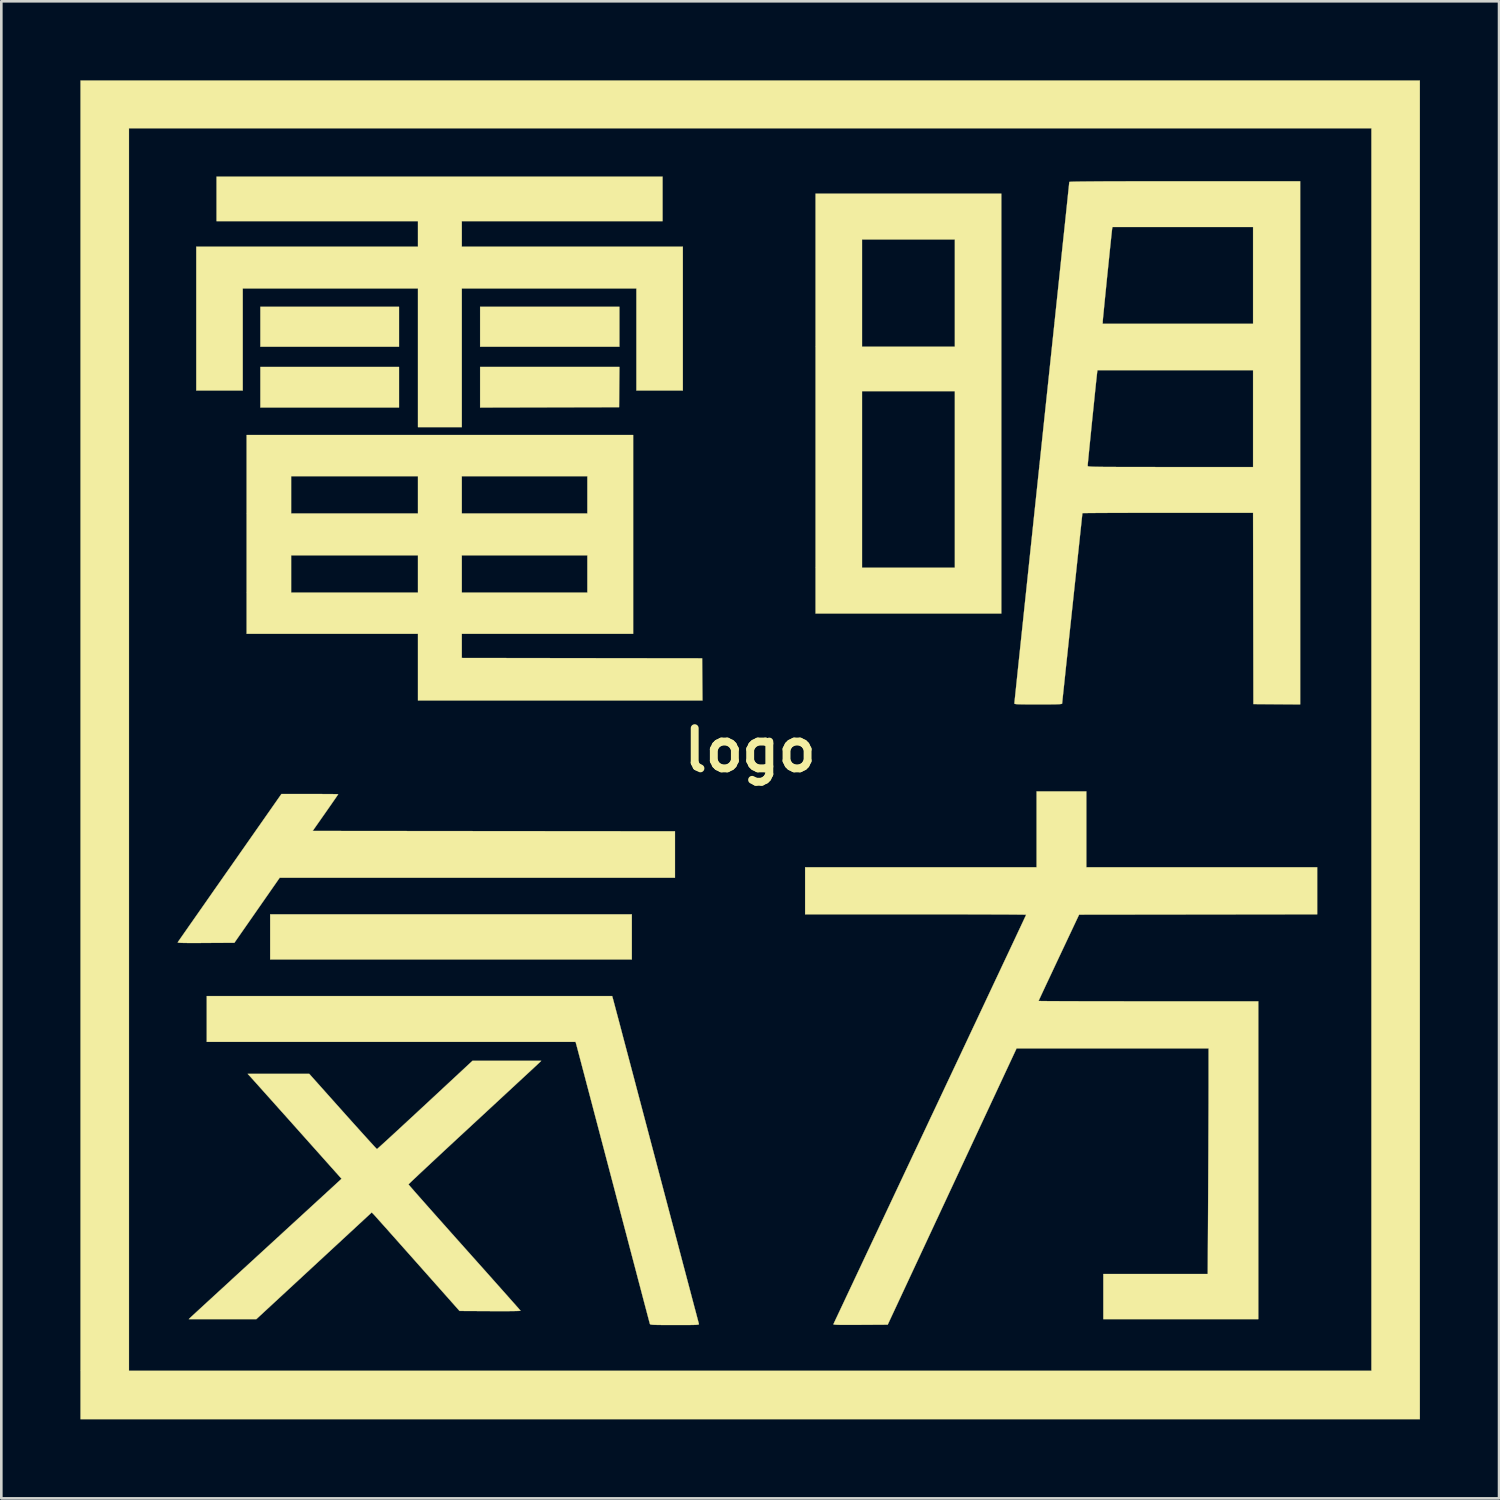
<source format=kicad_pcb>
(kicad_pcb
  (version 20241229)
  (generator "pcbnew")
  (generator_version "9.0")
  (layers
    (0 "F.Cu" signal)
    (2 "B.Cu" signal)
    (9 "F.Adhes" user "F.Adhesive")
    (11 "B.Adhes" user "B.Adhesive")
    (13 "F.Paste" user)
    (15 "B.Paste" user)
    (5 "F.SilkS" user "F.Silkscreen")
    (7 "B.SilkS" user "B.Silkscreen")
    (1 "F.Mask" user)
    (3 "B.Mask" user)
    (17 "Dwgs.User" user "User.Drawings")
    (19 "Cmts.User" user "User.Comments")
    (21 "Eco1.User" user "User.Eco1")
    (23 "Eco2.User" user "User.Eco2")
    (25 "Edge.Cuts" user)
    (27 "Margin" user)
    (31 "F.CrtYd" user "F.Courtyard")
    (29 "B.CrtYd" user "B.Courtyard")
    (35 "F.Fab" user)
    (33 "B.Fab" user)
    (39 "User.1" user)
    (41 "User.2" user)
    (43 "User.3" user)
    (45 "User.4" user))
  (footprint "logo"
    (layer "F.Cu")
    (at 25.405 25.405)
    (property "Reference" "logo" (at 0 0 0) (layer "F.SilkS") (effects (font (size 1.524 1.524) (thickness 0.3))))
    (attr through_hole)
    (fp_poly (pts (xy -13.32 -15.304) (xy -18.579 -15.304) (xy -18.579 -16.818) (xy -13.32 -16.818) (xy -13.32 -15.304)) (stroke (width 0.01) (type solid)) (fill yes) (layer "F.SilkS"))
    (fp_poly (pts (xy -13.32 -12.998) (xy -18.579 -12.998) (xy -18.579 -14.536) (xy -13.32 -14.536) (xy -13.32 -12.998)) (stroke (width 0.01) (type solid)) (fill yes) (layer "F.SilkS"))
    (fp_poly (pts (xy -4.961 -15.304) (xy -10.244 -15.304) (xy -10.244 -16.818) (xy -4.961 -16.818) (xy -4.961 -15.304)) (stroke (width 0.01) (type solid)) (fill yes) (layer "F.SilkS"))
    (fp_poly (pts (xy -4.49 7.938) (xy -18.207 7.938) (xy -18.207 6.226) (xy -4.49 6.226) (xy -4.49 7.938)) (stroke (width 0.01) (type solid)) (fill yes) (layer "F.SilkS"))
    (fp_poly (pts (xy -4.967 -13.773) (xy -4.973 -13.01) (xy -10.244 -12.997) (xy -10.244 -14.536) (xy -4.96 -14.536) (xy -4.967 -13.773)) (stroke (width 0.01) (type solid)) (fill yes) (layer "F.SilkS"))
    (fp_poly (pts (xy 25.4 25.375) (xy -25.4 25.375) (xy -25.4 -23.589) (xy -23.564 -23.589) (xy -23.564 23.54) (xy 23.564 23.54) (xy 23.564 -23.589) (xy -23.564 -23.589) (xy -25.4 -23.589) (xy -25.4 -25.4) (xy 25.4 -25.4) (xy 25.4 25.375)) (stroke (width 0.01) (type solid)) (fill yes) (layer "F.SilkS"))
    (fp_poly (pts (xy 9.525 -5.184) (xy 2.48 -5.184) (xy 2.48 -13.618) (xy 4.242 -13.618) (xy 4.242 -6.921) (xy 7.764 -6.921) (xy 7.764 -13.618) (xy 4.242 -13.618) (xy 2.48 -13.618) (xy 2.48 -19.372) (xy 4.242 -19.372) (xy 4.242 -15.304) (xy 7.764 -15.304) (xy 7.764 -19.372) (xy 4.242 -19.372) (xy 2.48 -19.372) (xy 2.48 -21.109) (xy 9.525 -21.109) (xy 9.525 -5.184)) (stroke (width 0.01) (type solid)) (fill yes) (layer "F.SilkS"))
    (fp_poly (pts (xy -3.324 -20.067) (xy -10.939 -20.067) (xy -10.939 -19.1) (xy -2.555 -19.1) (xy -2.555 -13.643) (xy -4.316 -13.643) (xy -4.316 -17.512) (xy -10.939 -17.512) (xy -10.939 -12.254) (xy -12.601 -12.254) (xy -12.601 -17.512) (xy -19.248 -17.512) (xy -19.248 -13.643) (xy -21.01 -13.643) (xy -21.01 -19.1) (xy -12.601 -19.1) (xy -12.601 -20.067) (xy -20.241 -20.067) (xy -20.241 -21.754) (xy -3.324 -21.754) (xy -3.324 -20.067)) (stroke (width 0.01) (type solid)) (fill yes) (layer "F.SilkS"))
    (fp_poly (pts (xy -4.44 -4.415) (xy -10.939 -4.415) (xy -10.939 -3.498) (xy -6.381 -3.491) (xy -1.823 -3.485) (xy -1.81 -1.885) (xy -12.601 -1.885) (xy -12.601 -4.415) (xy -19.1 -4.415) (xy -19.1 -7.392) (xy -17.413 -7.392) (xy -17.413 -5.978) (xy -12.601 -5.978) (xy -12.601 -7.392) (xy -10.939 -7.392) (xy -10.939 -5.978) (xy -6.176 -5.978) (xy -6.176 -7.392) (xy -10.939 -7.392) (xy -12.601 -7.392) (xy -17.413 -7.392) (xy -19.1 -7.392) (xy -19.1 -10.393) (xy -17.413 -10.393) (xy -17.413 -8.979) (xy -12.601 -8.979) (xy -12.601 -10.393) (xy -10.939 -10.393) (xy -10.939 -8.979) (xy -6.176 -8.979) (xy -6.176 -10.393) (xy -10.939 -10.393) (xy -12.601 -10.393) (xy -17.413 -10.393) (xy -19.1 -10.393) (xy -19.1 -11.956) (xy -4.44 -11.956) (xy -4.44 -4.415)) (stroke (width 0.01) (type solid)) (fill yes) (layer "F.SilkS"))
    (fp_poly (pts (xy -16.478 1.662) (xy -16.268 1.663) (xy -16.08 1.664) (xy -15.917 1.665) (xy -15.786 1.666) (xy -15.691 1.668) (xy -15.637 1.669) (xy -15.627 1.671) (xy -15.641 1.692) (xy -15.68 1.75) (xy -15.74 1.838) (xy -15.82 1.953) (xy -15.915 2.09) (xy -16.022 2.244) (xy -16.111 2.371) (xy -16.596 3.063) (xy -9.724 3.07) (xy -2.853 3.076) (xy -2.853 4.837) (xy -10.35 4.838) (xy -17.847 4.839) (xy -18.706 6.072) (xy -19.565 7.305) (xy -20.648 7.311) (xy -20.917 7.313) (xy -21.139 7.313) (xy -21.319 7.313) (xy -21.46 7.311) (xy -21.566 7.309) (xy -21.641 7.305) (xy -21.688 7.3) (xy -21.711 7.294) (xy -21.713 7.287) (xy -21.697 7.263) (xy -21.654 7.201) (xy -21.586 7.103) (xy -21.494 6.971) (xy -21.381 6.809) (xy -21.247 6.617) (xy -21.094 6.399) (xy -20.925 6.157) (xy -20.74 5.893) (xy -20.542 5.609) (xy -20.332 5.308) (xy -20.111 4.993) (xy -19.882 4.665) (xy -19.737 4.459) (xy -17.78 1.662) (xy -16.704 1.662) (xy -16.478 1.662)) (stroke (width 0.01) (type solid)) (fill yes) (layer "F.SilkS"))
    (fp_poly (pts (xy -5.198 9.457) (xy -5.189 9.492) (xy -5.167 9.573) (xy -5.134 9.698) (xy -5.09 9.865) (xy -5.035 10.071) (xy -4.97 10.315) (xy -4.896 10.595) (xy -4.814 10.908) (xy -4.723 11.252) (xy -4.624 11.625) (xy -4.518 12.026) (xy -4.405 12.452) (xy -4.287 12.901) (xy -4.163 13.371) (xy -4.034 13.859) (xy -3.9 14.365) (xy -3.763 14.885) (xy -3.622 15.418) (xy -3.561 15.65) (xy -3.419 16.187) (xy -3.281 16.711) (xy -3.146 17.221) (xy -3.016 17.714) (xy -2.89 18.189) (xy -2.77 18.643) (xy -2.656 19.075) (xy -2.549 19.482) (xy -2.448 19.862) (xy -2.355 20.214) (xy -2.27 20.535) (xy -2.194 20.824) (xy -2.127 21.077) (xy -2.069 21.294) (xy -2.022 21.472) (xy -1.986 21.609) (xy -1.961 21.703) (xy -1.948 21.752) (xy -1.946 21.759) (xy -1.944 21.77) (xy -1.95 21.779) (xy -1.969 21.787) (xy -2.005 21.793) (xy -2.063 21.797) (xy -2.147 21.8) (xy -2.262 21.802) (xy -2.413 21.803) (xy -2.603 21.803) (xy -2.838 21.803) (xy -2.862 21.803) (xy -3.102 21.803) (xy -3.297 21.803) (xy -3.452 21.801) (xy -3.571 21.799) (xy -3.66 21.796) (xy -3.722 21.792) (xy -3.763 21.786) (xy -3.788 21.779) (xy -3.8 21.769) (xy -3.805 21.76) (xy -3.812 21.732) (xy -3.832 21.659) (xy -3.863 21.541) (xy -3.905 21.383) (xy -3.957 21.185) (xy -4.019 20.951) (xy -4.09 20.681) (xy -4.169 20.379) (xy -4.257 20.047) (xy -4.351 19.687) (xy -4.453 19.301) (xy -4.561 18.891) (xy -4.674 18.459) (xy -4.793 18.008) (xy -4.916 17.541) (xy -5.043 17.058) (xy -5.173 16.562) (xy -5.184 16.52) (xy -5.315 16.022) (xy -5.443 15.536) (xy -5.567 15.064) (xy -5.687 14.609) (xy -5.802 14.172) (xy -5.912 13.755) (xy -6.015 13.362) (xy -6.112 12.994) (xy -6.202 12.654) (xy -6.283 12.343) (xy -6.357 12.065) (xy -6.421 11.821) (xy -6.476 11.613) (xy -6.521 11.444) (xy -6.554 11.317) (xy -6.577 11.233) (xy -6.587 11.194) (xy -6.587 11.193) (xy -6.624 11.063) (xy -20.613 11.063) (xy -20.613 9.327) (xy -5.235 9.327) (xy -5.198 9.457)) (stroke (width 0.01) (type solid)) (fill yes) (layer "F.SilkS"))
    (fp_poly (pts (xy 12.75 4.44) (xy 21.506 4.44) (xy 21.506 6.226) (xy 16.991 6.232) (xy 12.476 6.238) (xy 11.707 7.869) (xy 11.582 8.135) (xy 11.463 8.389) (xy 11.352 8.625) (xy 11.25 8.841) (xy 11.16 9.034) (xy 11.083 9.198) (xy 11.021 9.332) (xy 10.975 9.432) (xy 10.947 9.493) (xy 10.939 9.512) (xy 10.963 9.514) (xy 11.035 9.515) (xy 11.151 9.516) (xy 11.308 9.518) (xy 11.506 9.519) (xy 11.74 9.52) (xy 12.008 9.521) (xy 12.308 9.522) (xy 12.637 9.523) (xy 12.992 9.523) (xy 13.372 9.524) (xy 13.773 9.524) (xy 14.193 9.525) (xy 14.629 9.525) (xy 15.079 9.525) (xy 15.106 9.525) (xy 19.273 9.525) (xy 19.273 21.58) (xy 13.395 21.58) (xy 13.395 19.869) (xy 17.355 19.869) (xy 17.372 16.813) (xy 17.374 16.4) (xy 17.376 15.981) (xy 17.378 15.563) (xy 17.38 15.149) (xy 17.381 14.745) (xy 17.383 14.355) (xy 17.384 13.984) (xy 17.386 13.637) (xy 17.387 13.32) (xy 17.387 13.035) (xy 17.388 12.79) (xy 17.388 12.587) (xy 17.388 12.535) (xy 17.388 11.311) (xy 10.104 11.311) (xy 7.66 16.551) (xy 5.216 21.791) (xy 4.181 21.797) (xy 3.918 21.799) (xy 3.702 21.799) (xy 3.527 21.799) (xy 3.392 21.797) (xy 3.291 21.794) (xy 3.22 21.79) (xy 3.178 21.785) (xy 3.158 21.778) (xy 3.157 21.773) (xy 3.168 21.748) (xy 3.2 21.68) (xy 3.251 21.571) (xy 3.322 21.421) (xy 3.41 21.234) (xy 3.516 21.009) (xy 3.638 20.749) (xy 3.776 20.456) (xy 3.929 20.131) (xy 4.096 19.776) (xy 4.277 19.392) (xy 4.47 18.981) (xy 4.676 18.545) (xy 4.893 18.085) (xy 5.12 17.603) (xy 5.357 17.1) (xy 5.602 16.579) (xy 5.856 16.04) (xy 6.117 15.486) (xy 6.385 14.918) (xy 6.659 14.337) (xy 6.818 13.998) (xy 7.095 13.412) (xy 7.366 12.836) (xy 7.631 12.274) (xy 7.889 11.727) (xy 8.139 11.196) (xy 8.38 10.683) (xy 8.613 10.189) (xy 8.835 9.717) (xy 9.046 9.268) (xy 9.246 8.843) (xy 9.434 8.444) (xy 9.608 8.073) (xy 9.769 7.732) (xy 9.915 7.421) (xy 10.046 7.143) (xy 10.16 6.899) (xy 10.258 6.691) (xy 10.338 6.52) (xy 10.399 6.388) (xy 10.442 6.298) (xy 10.464 6.249) (xy 10.468 6.241) (xy 10.443 6.239) (xy 10.372 6.238) (xy 10.256 6.236) (xy 10.098 6.235) (xy 9.901 6.233) (xy 9.667 6.232) (xy 9.398 6.231) (xy 9.098 6.23) (xy 8.769 6.229) (xy 8.413 6.228) (xy 8.033 6.227) (xy 7.631 6.227) (xy 7.211 6.226) (xy 6.774 6.226) (xy 6.323 6.226) (xy 6.276 6.226) (xy 2.084 6.226) (xy 2.084 4.44) (xy 10.864 4.44) (xy 10.864 1.563) (xy 12.75 1.563) (xy 12.75 4.44)) (stroke (width 0.01) (type solid)) (fill yes) (layer "F.SilkS"))
    (fp_poly (pts (xy -8 11.855) (xy -8.027 11.88) (xy -8.088 11.937) (xy -8.181 12.024) (xy -8.304 12.138) (xy -8.455 12.278) (xy -8.631 12.441) (xy -8.831 12.626) (xy -9.051 12.83) (xy -9.291 13.052) (xy -9.547 13.289) (xy -9.818 13.54) (xy -10.101 13.802) (xy -10.394 14.073) (xy -10.517 14.187) (xy -10.812 14.46) (xy -11.098 14.724) (xy -11.37 14.977) (xy -11.629 15.217) (xy -11.87 15.442) (xy -12.094 15.65) (xy -12.296 15.839) (xy -12.476 16.007) (xy -12.63 16.152) (xy -12.758 16.273) (xy -12.856 16.366) (xy -12.923 16.431) (xy -12.957 16.465) (xy -12.96 16.469) (xy -12.944 16.49) (xy -12.897 16.546) (xy -12.82 16.634) (xy -12.717 16.753) (xy -12.588 16.899) (xy -12.435 17.072) (xy -12.262 17.268) (xy -12.069 17.486) (xy -11.858 17.723) (xy -11.632 17.977) (xy -11.393 18.246) (xy -11.142 18.528) (xy -10.881 18.82) (xy -10.84 18.866) (xy -10.578 19.16) (xy -10.325 19.443) (xy -10.083 19.714) (xy -9.854 19.971) (xy -9.641 20.211) (xy -9.444 20.432) (xy -9.267 20.631) (xy -9.11 20.808) (xy -8.977 20.958) (xy -8.868 21.081) (xy -8.786 21.174) (xy -8.733 21.235) (xy -8.711 21.261) (xy -8.71 21.262) (xy -8.733 21.266) (xy -8.8 21.27) (xy -8.907 21.273) (xy -9.049 21.275) (xy -9.222 21.277) (xy -9.42 21.277) (xy -9.639 21.277) (xy -9.863 21.276) (xy -11.024 21.27) (xy -12.628 19.463) (xy -12.856 19.206) (xy -13.076 18.959) (xy -13.285 18.724) (xy -13.48 18.504) (xy -13.661 18.301) (xy -13.823 18.118) (xy -13.966 17.959) (xy -14.086 17.825) (xy -14.18 17.719) (xy -14.248 17.643) (xy -14.286 17.602) (xy -14.293 17.595) (xy -14.355 17.533) (xy -18.731 21.58) (xy -21.294 21.58) (xy -21.22 21.509) (xy -21.193 21.484) (xy -21.132 21.428) (xy -21.039 21.342) (xy -20.915 21.228) (xy -20.763 21.088) (xy -20.585 20.924) (xy -20.382 20.738) (xy -20.157 20.531) (xy -19.912 20.307) (xy -19.65 20.065) (xy -19.371 19.809) (xy -19.078 19.541) (xy -18.774 19.262) (xy -18.459 18.973) (xy -18.38 18.901) (xy -18.064 18.611) (xy -17.758 18.33) (xy -17.463 18.059) (xy -17.181 17.801) (xy -16.915 17.557) (xy -16.667 17.329) (xy -16.438 17.119) (xy -16.231 16.929) (xy -16.048 16.761) (xy -15.891 16.617) (xy -15.761 16.498) (xy -15.662 16.406) (xy -15.594 16.344) (xy -15.56 16.313) (xy -15.557 16.31) (xy -15.5 16.256) (xy -17.203 14.348) (xy -17.439 14.083) (xy -17.667 13.828) (xy -17.885 13.585) (xy -18.089 13.356) (xy -18.278 13.145) (xy -18.45 12.953) (xy -18.602 12.783) (xy -18.732 12.638) (xy -18.838 12.52) (xy -18.916 12.433) (xy -18.966 12.377) (xy -18.983 12.359) (xy -19.06 12.278) (xy -16.724 12.278) (xy -15.45 13.705) (xy -15.248 13.931) (xy -15.055 14.146) (xy -14.874 14.347) (xy -14.707 14.532) (xy -14.558 14.697) (xy -14.428 14.84) (xy -14.321 14.957) (xy -14.239 15.047) (xy -14.183 15.105) (xy -14.158 15.13) (xy -14.157 15.131) (xy -14.136 15.114) (xy -14.082 15.066) (xy -13.997 14.989) (xy -13.882 14.885) (xy -13.741 14.756) (xy -13.576 14.604) (xy -13.39 14.433) (xy -13.184 14.243) (xy -12.963 14.038) (xy -12.727 13.82) (xy -12.479 13.59) (xy -12.335 13.457) (xy -10.533 11.782) (xy -7.926 11.782) (xy -8 11.855)) (stroke (width 0.01) (type solid)) (fill yes) (layer "F.SilkS"))
    (fp_poly (pts (xy 20.861 -1.736) (xy 19.974 -1.742) (xy 19.087 -1.749) (xy 19.081 -5.376) (xy 19.075 -9.004) (xy 15.838 -9.004) (xy 15.441 -9.004) (xy 15.059 -9.004) (xy 14.693 -9.003) (xy 14.347 -9.003) (xy 14.024 -9.002) (xy 13.726 -9.001) (xy 13.457 -9) (xy 13.219 -8.999) (xy 13.016 -8.997) (xy 12.85 -8.996) (xy 12.723 -8.994) (xy 12.64 -8.993) (xy 12.603 -8.991) (xy 12.601 -8.991) (xy 12.598 -8.965) (xy 12.591 -8.892) (xy 12.578 -8.776) (xy 12.562 -8.619) (xy 12.541 -8.423) (xy 12.516 -8.192) (xy 12.488 -7.928) (xy 12.457 -7.634) (xy 12.422 -7.313) (xy 12.385 -6.967) (xy 12.346 -6.599) (xy 12.304 -6.213) (xy 12.261 -5.81) (xy 12.217 -5.393) (xy 12.216 -5.391) (xy 12.172 -4.974) (xy 12.128 -4.57) (xy 12.087 -4.182) (xy 12.048 -3.813) (xy 12.011 -3.466) (xy 11.976 -3.143) (xy 11.945 -2.847) (xy 11.917 -2.581) (xy 11.892 -2.348) (xy 11.871 -2.151) (xy 11.854 -1.991) (xy 11.842 -1.873) (xy 11.834 -1.798) (xy 11.832 -1.77) (xy 11.825 -1.761) (xy 11.8 -1.754) (xy 11.754 -1.748) (xy 11.681 -1.744) (xy 11.578 -1.74) (xy 11.441 -1.738) (xy 11.265 -1.737) (xy 11.045 -1.736) (xy 10.926 -1.736) (xy 10.689 -1.737) (xy 10.496 -1.737) (xy 10.343 -1.739) (xy 10.227 -1.741) (xy 10.141 -1.744) (xy 10.083 -1.749) (xy 10.046 -1.755) (xy 10.027 -1.763) (xy 10.021 -1.773) (xy 10.021 -1.775) (xy 10.024 -1.802) (xy 10.031 -1.876) (xy 10.044 -1.997) (xy 10.061 -2.162) (xy 10.083 -2.37) (xy 10.109 -2.619) (xy 10.139 -2.907) (xy 10.173 -3.233) (xy 10.211 -3.595) (xy 10.253 -3.992) (xy 10.298 -4.421) (xy 10.347 -4.881) (xy 10.398 -5.37) (xy 10.453 -5.888) (xy 10.51 -6.431) (xy 10.57 -6.999) (xy 10.632 -7.59) (xy 10.697 -8.201) (xy 10.763 -8.832) (xy 10.832 -9.481) (xy 10.902 -10.146) (xy 10.969 -10.783) (xy 12.799 -10.783) (xy 12.801 -10.776) (xy 12.81 -10.771) (xy 12.827 -10.766) (xy 12.856 -10.761) (xy 12.898 -10.758) (xy 12.957 -10.754) (xy 13.034 -10.751) (xy 13.133 -10.749) (xy 13.256 -10.747) (xy 13.405 -10.745) (xy 13.583 -10.744) (xy 13.793 -10.743) (xy 14.037 -10.742) (xy 14.317 -10.741) (xy 14.636 -10.741) (xy 14.997 -10.741) (xy 15.402 -10.74) (xy 15.853 -10.74) (xy 15.937 -10.74) (xy 19.075 -10.74) (xy 19.075 -14.412) (xy 13.174 -14.412) (xy 13.16 -14.331) (xy 13.156 -14.293) (xy 13.147 -14.21) (xy 13.134 -14.089) (xy 13.117 -13.934) (xy 13.098 -13.749) (xy 13.076 -13.54) (xy 13.053 -13.312) (xy 13.028 -13.069) (xy 13.002 -12.816) (xy 12.975 -12.558) (xy 12.949 -12.301) (xy 12.924 -12.048) (xy 12.899 -11.804) (xy 12.876 -11.576) (xy 12.855 -11.367) (xy 12.837 -11.182) (xy 12.822 -11.027) (xy 12.81 -10.905) (xy 12.802 -10.823) (xy 12.799 -10.784) (xy 12.799 -10.783) (xy 10.969 -10.783) (xy 10.974 -10.826) (xy 11.047 -11.518) (xy 11.063 -11.669) (xy 11.136 -12.364) (xy 11.208 -13.046) (xy 11.279 -13.714) (xy 11.348 -14.366) (xy 11.415 -15.001) (xy 11.48 -15.617) (xy 11.543 -16.212) (xy 11.545 -16.228) (xy 13.369 -16.228) (xy 13.37 -16.173) (xy 19.075 -16.173) (xy 19.075 -19.844) (xy 13.743 -19.844) (xy 13.731 -19.788) (xy 13.726 -19.753) (xy 13.717 -19.675) (xy 13.704 -19.556) (xy 13.688 -19.403) (xy 13.669 -19.22) (xy 13.647 -19.012) (xy 13.624 -18.784) (xy 13.599 -18.541) (xy 13.573 -18.288) (xy 13.546 -18.03) (xy 13.52 -17.771) (xy 13.495 -17.517) (xy 13.47 -17.272) (xy 13.447 -17.041) (xy 13.426 -16.829) (xy 13.408 -16.642) (xy 13.392 -16.483) (xy 13.38 -16.359) (xy 13.373 -16.273) (xy 13.37 -16.231) (xy 13.369 -16.228) (xy 11.545 -16.228) (xy 11.603 -16.784) (xy 11.661 -17.333) (xy 11.716 -17.855) (xy 11.768 -18.35) (xy 11.817 -18.817) (xy 11.863 -19.252) (xy 11.906 -19.655) (xy 11.945 -20.024) (xy 11.98 -20.357) (xy 12.011 -20.653) (xy 12.038 -20.91) (xy 12.06 -21.126) (xy 12.079 -21.3) (xy 12.092 -21.43) (xy 12.101 -21.514) (xy 12.105 -21.551) (xy 12.105 -21.553) (xy 12.12 -21.556) (xy 12.165 -21.56) (xy 12.242 -21.563) (xy 12.353 -21.566) (xy 12.498 -21.568) (xy 12.679 -21.57) (xy 12.897 -21.572) (xy 13.153 -21.574) (xy 13.449 -21.576) (xy 13.787 -21.577) (xy 14.166 -21.578) (xy 14.589 -21.579) (xy 15.057 -21.579) (xy 15.572 -21.58) (xy 16.134 -21.58) (xy 16.483 -21.58) (xy 20.861 -21.58) (xy 20.861 -1.736)) (stroke (width 0.01) (type solid)) (fill yes) (layer "F.SilkS")))
  (gr_rect
    (start -3 -3)
    (end 53.81 53.785)
    (stroke (width 0.1) (type default))
    (fill no)
    (layer "Edge.Cuts")))
</source>
